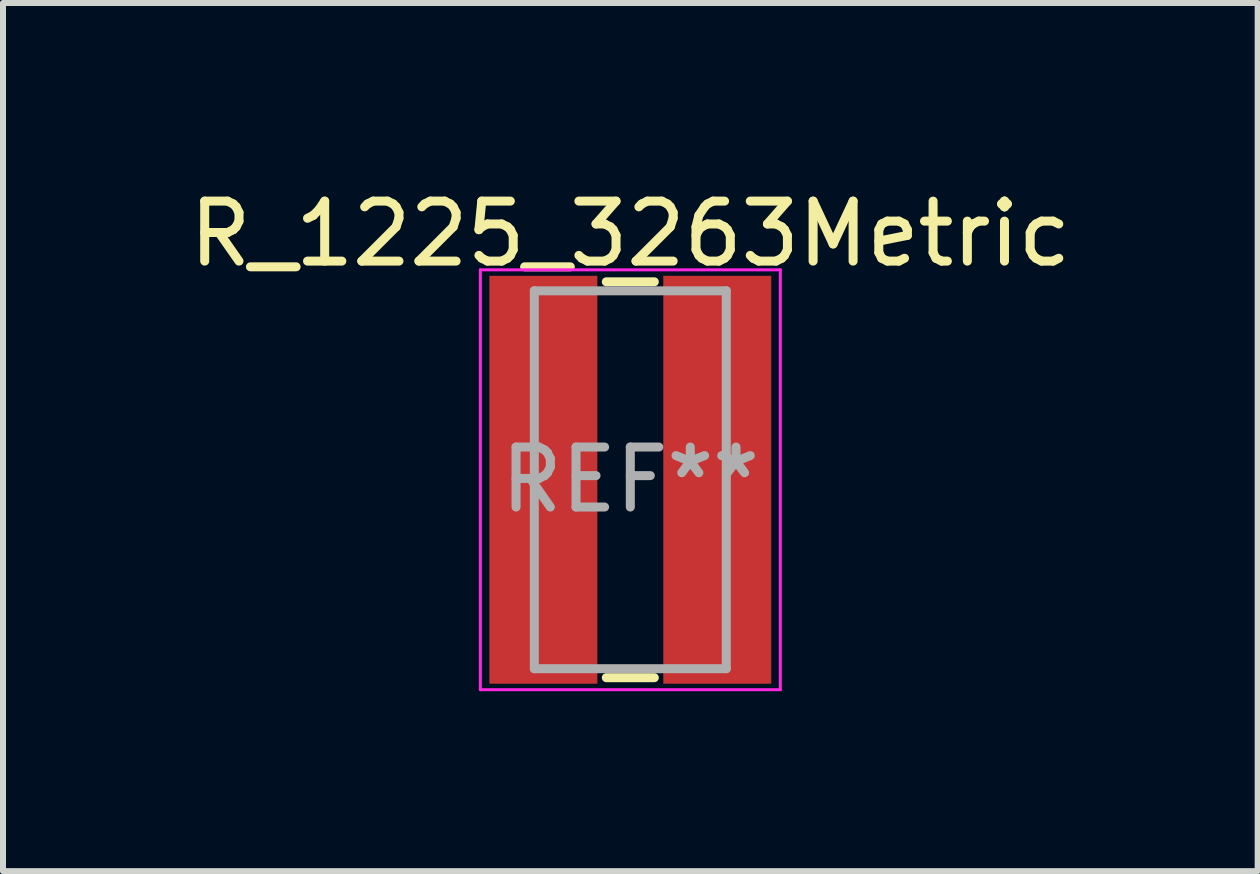
<source format=kicad_pcb>
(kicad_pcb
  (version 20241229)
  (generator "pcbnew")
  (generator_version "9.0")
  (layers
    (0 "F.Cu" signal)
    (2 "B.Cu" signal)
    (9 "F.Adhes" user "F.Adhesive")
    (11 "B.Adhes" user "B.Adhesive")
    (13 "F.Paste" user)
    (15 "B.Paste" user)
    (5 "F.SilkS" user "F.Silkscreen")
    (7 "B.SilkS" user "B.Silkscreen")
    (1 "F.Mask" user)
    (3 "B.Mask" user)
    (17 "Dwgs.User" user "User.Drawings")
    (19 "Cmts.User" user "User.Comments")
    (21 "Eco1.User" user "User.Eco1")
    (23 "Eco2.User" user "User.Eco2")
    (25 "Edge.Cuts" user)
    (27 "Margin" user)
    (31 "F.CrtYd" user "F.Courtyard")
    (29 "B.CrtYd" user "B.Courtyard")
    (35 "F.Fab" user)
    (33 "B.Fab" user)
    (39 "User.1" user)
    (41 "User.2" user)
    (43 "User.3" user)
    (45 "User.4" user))
  (footprint "R_1225_3263Metric"
    (layer "F.Cu")
    (at 7.458 4.948)
    (property "Reference" "R_1225_3263Metric" (at 0 -4.1 0) (layer "F.SilkS") (effects (font (size 1 1) (thickness 0.15))))
    (attr through_hole)
    (fp_line (start -0.4 -3.3) (end 0.4 -3.3) (stroke (width 0.15) (type solid)) (layer "F.SilkS"))
    (fp_line (start -0.4 3.3) (end 0.4 3.3) (stroke (width 0.15) (type solid)) (layer "F.SilkS"))
    (fp_line (start -2.5 -3.5) (end -2.5 3.5) (stroke (width 0.05) (type solid)) (layer "F.CrtYd"))
    (fp_line (start -2.5 3.5) (end 2.5 3.5) (stroke (width 0.05) (type solid)) (layer "F.CrtYd"))
    (fp_line (start 2.5 -3.5) (end -2.5 -3.5) (stroke (width 0.05) (type solid)) (layer "F.CrtYd"))
    (fp_line (start 2.5 3.5) (end 2.5 -3.5) (stroke (width 0.05) (type solid)) (layer "F.CrtYd"))
    (fp_line (start -1.6 -3.15) (end 1.6 -3.15) (stroke (width 0.15) (type solid)) (layer "F.Fab"))
    (fp_line (start -1.6 3.15) (end -1.6 -3.15) (stroke (width 0.15) (type solid)) (layer "F.Fab"))
    (fp_line (start -1.6 3.15) (end 1.6 3.15) (stroke (width 0.15) (type solid)) (layer "F.Fab"))
    (fp_line (start 1.6 -3.15) (end 1.6 3.15) (stroke (width 0.15) (type solid)) (layer "F.Fab"))
    (fp_text user "REF**" (at 0 0 0) (layer "F.Fab") (effects (font (size 1 1) (thickness 0.15))))
    (pad "1" smd rect (at 1.45 0) (size 1.8 6.8) (layers "F.Cu" "F.Mask" "F.Paste"))
    (pad "2" smd rect (at -1.45 0) (size 1.8 6.8) (layers "F.Cu" "F.Mask" "F.Paste")))
  (gr_rect
    (start -3 -3)
    (end 17.917 11.473)
    (stroke (width 0.1) (type default))
    (fill no)
    (layer "Edge.Cuts")))
</source>
